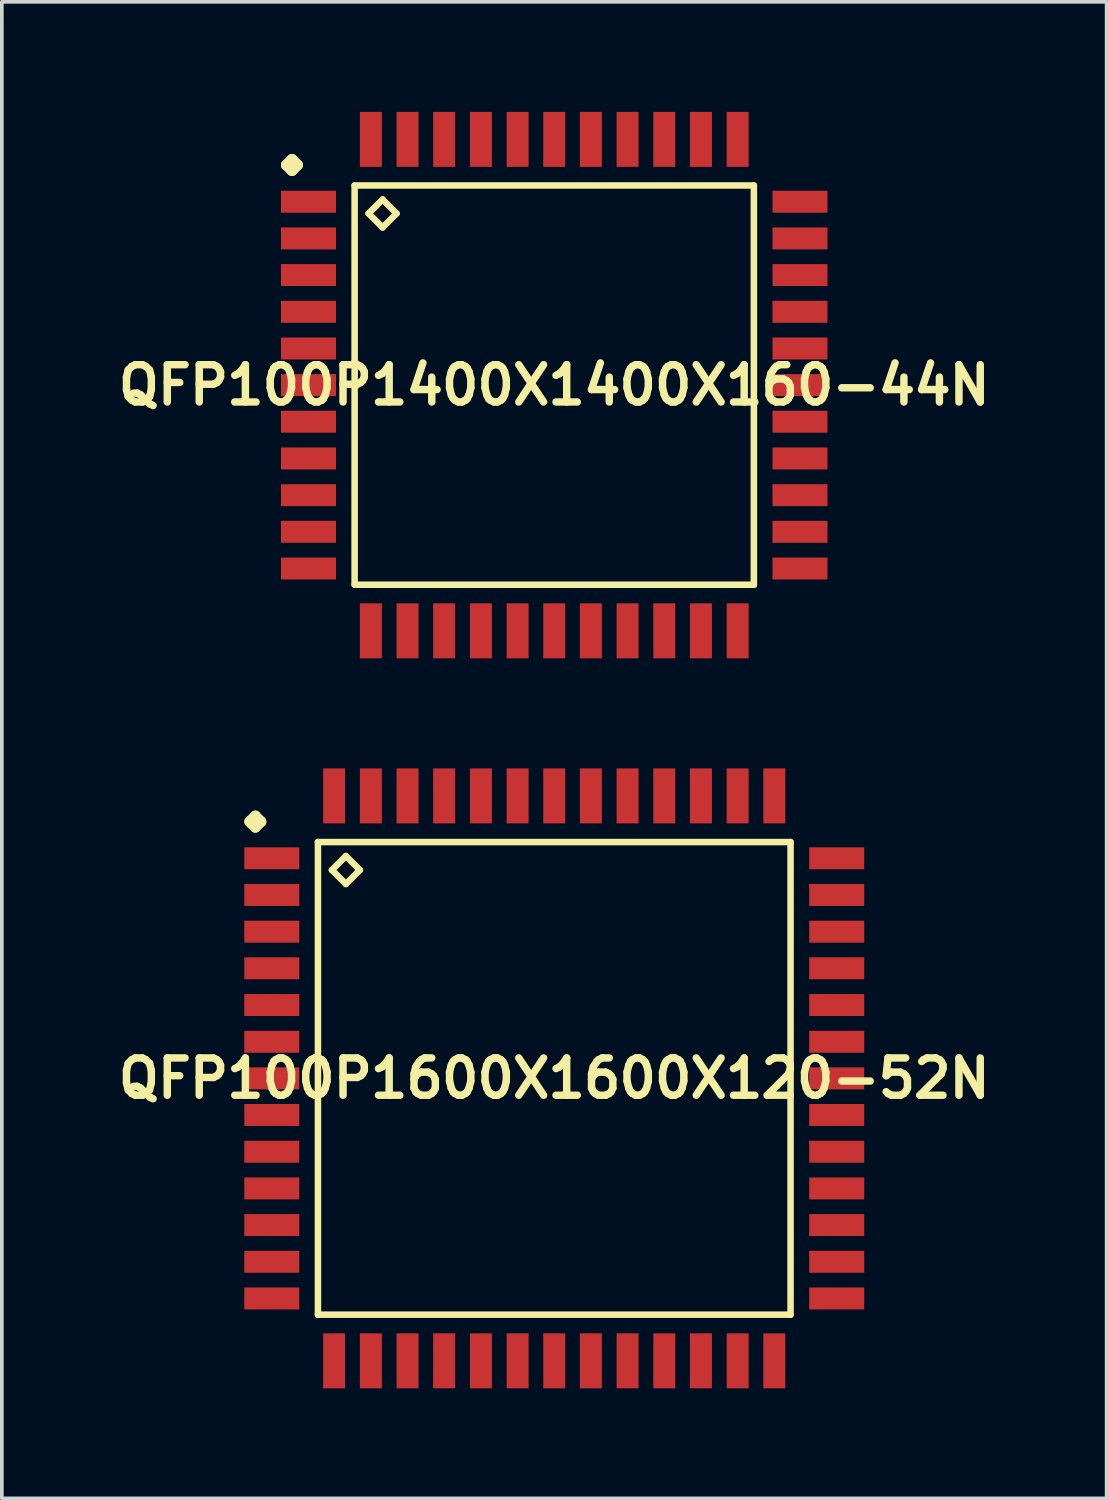
<source format=kicad_pcb>
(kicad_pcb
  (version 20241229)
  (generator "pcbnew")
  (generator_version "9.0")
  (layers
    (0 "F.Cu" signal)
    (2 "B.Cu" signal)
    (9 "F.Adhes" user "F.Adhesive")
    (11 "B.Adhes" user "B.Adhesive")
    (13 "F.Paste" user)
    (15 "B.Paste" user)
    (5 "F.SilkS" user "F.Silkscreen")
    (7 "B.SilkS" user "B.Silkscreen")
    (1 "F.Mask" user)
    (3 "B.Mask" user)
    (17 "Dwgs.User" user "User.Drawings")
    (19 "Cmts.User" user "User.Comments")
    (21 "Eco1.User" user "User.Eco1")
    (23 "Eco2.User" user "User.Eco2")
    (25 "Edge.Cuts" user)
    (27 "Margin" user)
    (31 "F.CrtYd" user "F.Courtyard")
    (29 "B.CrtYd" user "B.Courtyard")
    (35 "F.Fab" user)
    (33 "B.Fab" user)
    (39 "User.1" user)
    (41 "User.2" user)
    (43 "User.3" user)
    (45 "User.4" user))
  (footprint "QFP100P1600X1600X120-52N"
    (layer "F.Cu")
    (at 12.057 26.343)
    (property "Reference" "QFP100P1600X1600X120-52N" (at 0 0 0) (layer "F.SilkS") (effects (font (size 1.016 1.016) (thickness 0.203))))
    (attr smd)
    (fp_line (start -8.298 -6.998) (end -8.148 -7.148) (stroke (width 0.3) (type solid)) (layer "F.SilkS"))
    (fp_line (start -8.148 -7.148) (end -7.998 -6.998) (stroke (width 0.3) (type solid)) (layer "F.SilkS"))
    (fp_line (start -8.148 -6.848) (end -8.298 -6.998) (stroke (width 0.3) (type solid)) (layer "F.SilkS"))
    (fp_line (start -7.998 -6.998) (end -8.148 -6.848) (stroke (width 0.3) (type solid)) (layer "F.SilkS"))
    (fp_line (start -6.441 -6.441) (end -6.441 6.441) (stroke (width 0.178) (type solid)) (layer "F.SilkS"))
    (fp_line (start -6.441 6.441) (end 6.441 6.441) (stroke (width 0.178) (type solid)) (layer "F.SilkS"))
    (fp_line (start -6.06 -5.679) (end -5.679 -6.06) (stroke (width 0.178) (type solid)) (layer "F.SilkS"))
    (fp_line (start -5.679 -6.06) (end -5.298 -5.679) (stroke (width 0.178) (type solid)) (layer "F.SilkS"))
    (fp_line (start -5.679 -5.298) (end -6.06 -5.679) (stroke (width 0.178) (type solid)) (layer "F.SilkS"))
    (fp_line (start -5.298 -5.679) (end -5.679 -5.298) (stroke (width 0.178) (type solid)) (layer "F.SilkS"))
    (fp_line (start 6.441 -6.441) (end -6.441 -6.441) (stroke (width 0.178) (type solid)) (layer "F.SilkS"))
    (fp_line (start 6.441 6.441) (end 6.441 -6.441) (stroke (width 0.178) (type solid)) (layer "F.SilkS"))
    (pad "1" smd rect (at -7.699 -5.999) (size 1.499 0.599) (layers "F.Cu" "F.Mask" "F.Paste"))
    (pad "2" smd rect (at -7.699 -4.999) (size 1.499 0.599) (layers "F.Cu" "F.Mask" "F.Paste"))
    (pad "3" smd rect (at -7.699 -3.998) (size 1.499 0.599) (layers "F.Cu" "F.Mask" "F.Paste"))
    (pad "4" smd rect (at -7.699 -3) (size 1.499 0.599) (layers "F.Cu" "F.Mask" "F.Paste"))
    (pad "5" smd rect (at -7.699 -1.999) (size 1.499 0.599) (layers "F.Cu" "F.Mask" "F.Paste"))
    (pad "6" smd rect (at -7.699 -0.998) (size 1.499 0.599) (layers "F.Cu" "F.Mask" "F.Paste"))
    (pad "7" smd rect (at -7.699 0) (size 1.499 0.599) (layers "F.Cu" "F.Mask" "F.Paste"))
    (pad "8" smd rect (at -7.699 0.998) (size 1.499 0.599) (layers "F.Cu" "F.Mask" "F.Paste"))
    (pad "9" smd rect (at -7.699 1.999) (size 1.499 0.599) (layers "F.Cu" "F.Mask" "F.Paste"))
    (pad "10" smd rect (at -7.699 3) (size 1.499 0.599) (layers "F.Cu" "F.Mask" "F.Paste"))
    (pad "11" smd rect (at -7.699 3.998) (size 1.499 0.599) (layers "F.Cu" "F.Mask" "F.Paste"))
    (pad "12" smd rect (at -7.699 4.999) (size 1.499 0.599) (layers "F.Cu" "F.Mask" "F.Paste"))
    (pad "13" smd rect (at -7.699 5.999) (size 1.499 0.599) (layers "F.Cu" "F.Mask" "F.Paste"))
    (pad "14" smd rect (at -5.999 7.699) (size 0.599 1.499) (layers "F.Cu" "F.Mask" "F.Paste"))
    (pad "15" smd rect (at -4.999 7.699) (size 0.599 1.499) (layers "F.Cu" "F.Mask" "F.Paste"))
    (pad "16" smd rect (at -3.998 7.699) (size 0.599 1.499) (layers "F.Cu" "F.Mask" "F.Paste"))
    (pad "17" smd rect (at -3 7.699) (size 0.599 1.499) (layers "F.Cu" "F.Mask" "F.Paste"))
    (pad "18" smd rect (at -1.999 7.699) (size 0.599 1.499) (layers "F.Cu" "F.Mask" "F.Paste"))
    (pad "19" smd rect (at -0.998 7.699) (size 0.599 1.499) (layers "F.Cu" "F.Mask" "F.Paste"))
    (pad "20" smd rect (at 0 7.699) (size 0.599 1.499) (layers "F.Cu" "F.Mask" "F.Paste"))
    (pad "21" smd rect (at 0.998 7.699) (size 0.599 1.499) (layers "F.Cu" "F.Mask" "F.Paste"))
    (pad "22" smd rect (at 1.999 7.699) (size 0.599 1.499) (layers "F.Cu" "F.Mask" "F.Paste"))
    (pad "23" smd rect (at 3 7.699) (size 0.599 1.499) (layers "F.Cu" "F.Mask" "F.Paste"))
    (pad "24" smd rect (at 3.998 7.699) (size 0.599 1.499) (layers "F.Cu" "F.Mask" "F.Paste"))
    (pad "25" smd rect (at 4.999 7.699) (size 0.599 1.499) (layers "F.Cu" "F.Mask" "F.Paste"))
    (pad "26" smd rect (at 5.999 7.699) (size 0.599 1.499) (layers "F.Cu" "F.Mask" "F.Paste"))
    (pad "27" smd rect (at 7.699 5.999) (size 1.499 0.599) (layers "F.Cu" "F.Mask" "F.Paste"))
    (pad "28" smd rect (at 7.699 4.999) (size 1.499 0.599) (layers "F.Cu" "F.Mask" "F.Paste"))
    (pad "29" smd rect (at 7.699 3.998) (size 1.499 0.599) (layers "F.Cu" "F.Mask" "F.Paste"))
    (pad "30" smd rect (at 7.699 3) (size 1.499 0.599) (layers "F.Cu" "F.Mask" "F.Paste"))
    (pad "31" smd rect (at 7.699 1.999) (size 1.499 0.599) (layers "F.Cu" "F.Mask" "F.Paste"))
    (pad "32" smd rect (at 7.699 0.998) (size 1.499 0.599) (layers "F.Cu" "F.Mask" "F.Paste"))
    (pad "33" smd rect (at 7.699 0) (size 1.499 0.599) (layers "F.Cu" "F.Mask" "F.Paste"))
    (pad "34" smd rect (at 7.699 -0.998) (size 1.499 0.599) (layers "F.Cu" "F.Mask" "F.Paste"))
    (pad "35" smd rect (at 7.699 -1.999) (size 1.499 0.599) (layers "F.Cu" "F.Mask" "F.Paste"))
    (pad "36" smd rect (at 7.699 -3) (size 1.499 0.599) (layers "F.Cu" "F.Mask" "F.Paste"))
    (pad "37" smd rect (at 7.699 -3.998) (size 1.499 0.599) (layers "F.Cu" "F.Mask" "F.Paste"))
    (pad "38" smd rect (at 7.699 -4.999) (size 1.499 0.599) (layers "F.Cu" "F.Mask" "F.Paste"))
    (pad "39" smd rect (at 7.699 -5.999) (size 1.499 0.599) (layers "F.Cu" "F.Mask" "F.Paste"))
    (pad "40" smd rect (at 5.999 -7.699) (size 0.599 1.499) (layers "F.Cu" "F.Mask" "F.Paste"))
    (pad "41" smd rect (at 4.999 -7.699) (size 0.599 1.499) (layers "F.Cu" "F.Mask" "F.Paste"))
    (pad "42" smd rect (at 3.998 -7.699) (size 0.599 1.499) (layers "F.Cu" "F.Mask" "F.Paste"))
    (pad "43" smd rect (at 3 -7.699) (size 0.599 1.499) (layers "F.Cu" "F.Mask" "F.Paste"))
    (pad "44" smd rect (at 1.999 -7.699) (size 0.599 1.499) (layers "F.Cu" "F.Mask" "F.Paste"))
    (pad "45" smd rect (at 0.998 -7.699) (size 0.599 1.499) (layers "F.Cu" "F.Mask" "F.Paste"))
    (pad "46" smd rect (at 0 -7.699) (size 0.599 1.499) (layers "F.Cu" "F.Mask" "F.Paste"))
    (pad "47" smd rect (at -0.998 -7.699) (size 0.599 1.499) (layers "F.Cu" "F.Mask" "F.Paste"))
    (pad "48" smd rect (at -1.999 -7.699) (size 0.599 1.499) (layers "F.Cu" "F.Mask" "F.Paste"))
    (pad "49" smd rect (at -3 -7.699) (size 0.599 1.499) (layers "F.Cu" "F.Mask" "F.Paste"))
    (pad "50" smd rect (at -3.998 -7.699) (size 0.599 1.499) (layers "F.Cu" "F.Mask" "F.Paste"))
    (pad "51" smd rect (at -4.999 -7.699) (size 0.599 1.499) (layers "F.Cu" "F.Mask" "F.Paste"))
    (pad "52" smd rect (at -5.999 -7.699) (size 0.599 1.499) (layers "F.Cu" "F.Mask" "F.Paste")))
  (footprint "QFP100P1400X1400X160-44N"
    (layer "F.Cu")
    (at 12.057 7.447)
    (property "Reference" "QFP100P1400X1400X160-44N" (at 0 0 0) (layer "F.SilkS") (effects (font (size 1.016 1.016) (thickness 0.203))))
    (attr smd)
    (fp_line (start -7.3 -5.999) (end -7.148 -6.149) (stroke (width 0.3) (type solid)) (layer "F.SilkS"))
    (fp_line (start -7.148 -6.149) (end -6.998 -5.999) (stroke (width 0.3) (type solid)) (layer "F.SilkS"))
    (fp_line (start -7.148 -5.85) (end -7.3 -5.999) (stroke (width 0.3) (type solid)) (layer "F.SilkS"))
    (fp_line (start -6.998 -5.999) (end -7.148 -5.85) (stroke (width 0.3) (type solid)) (layer "F.SilkS"))
    (fp_line (start -5.441 -5.441) (end -5.441 5.441) (stroke (width 0.178) (type solid)) (layer "F.SilkS"))
    (fp_line (start -5.441 5.441) (end 5.441 5.441) (stroke (width 0.178) (type solid)) (layer "F.SilkS"))
    (fp_line (start -5.06 -4.679) (end -4.679 -5.06) (stroke (width 0.178) (type solid)) (layer "F.SilkS"))
    (fp_line (start -4.679 -5.06) (end -4.298 -4.679) (stroke (width 0.178) (type solid)) (layer "F.SilkS"))
    (fp_line (start -4.679 -4.298) (end -5.06 -4.679) (stroke (width 0.178) (type solid)) (layer "F.SilkS"))
    (fp_line (start -4.298 -4.679) (end -4.679 -4.298) (stroke (width 0.178) (type solid)) (layer "F.SilkS"))
    (fp_line (start 5.441 -5.441) (end -5.441 -5.441) (stroke (width 0.178) (type solid)) (layer "F.SilkS"))
    (fp_line (start 5.441 5.441) (end 5.441 -5.441) (stroke (width 0.178) (type solid)) (layer "F.SilkS"))
    (pad "1" smd rect (at -6.698 -4.999) (size 1.499 0.599) (layers "F.Cu" "F.Mask" "F.Paste"))
    (pad "2" smd rect (at -6.698 -3.998) (size 1.499 0.599) (layers "F.Cu" "F.Mask" "F.Paste"))
    (pad "3" smd rect (at -6.698 -3) (size 1.499 0.599) (layers "F.Cu" "F.Mask" "F.Paste"))
    (pad "4" smd rect (at -6.698 -1.999) (size 1.499 0.599) (layers "F.Cu" "F.Mask" "F.Paste"))
    (pad "5" smd rect (at -6.698 -0.998) (size 1.499 0.599) (layers "F.Cu" "F.Mask" "F.Paste"))
    (pad "6" smd rect (at -6.698 0) (size 1.499 0.599) (layers "F.Cu" "F.Mask" "F.Paste"))
    (pad "7" smd rect (at -6.698 0.998) (size 1.499 0.599) (layers "F.Cu" "F.Mask" "F.Paste"))
    (pad "8" smd rect (at -6.698 1.999) (size 1.499 0.599) (layers "F.Cu" "F.Mask" "F.Paste"))
    (pad "9" smd rect (at -6.698 3) (size 1.499 0.599) (layers "F.Cu" "F.Mask" "F.Paste"))
    (pad "10" smd rect (at -6.698 3.998) (size 1.499 0.599) (layers "F.Cu" "F.Mask" "F.Paste"))
    (pad "11" smd rect (at -6.698 4.999) (size 1.499 0.599) (layers "F.Cu" "F.Mask" "F.Paste"))
    (pad "12" smd rect (at -4.999 6.698) (size 0.599 1.499) (layers "F.Cu" "F.Mask" "F.Paste"))
    (pad "13" smd rect (at -3.998 6.698) (size 0.599 1.499) (layers "F.Cu" "F.Mask" "F.Paste"))
    (pad "14" smd rect (at -3 6.698) (size 0.599 1.499) (layers "F.Cu" "F.Mask" "F.Paste"))
    (pad "15" smd rect (at -1.999 6.698) (size 0.599 1.499) (layers "F.Cu" "F.Mask" "F.Paste"))
    (pad "16" smd rect (at -0.998 6.698) (size 0.599 1.499) (layers "F.Cu" "F.Mask" "F.Paste"))
    (pad "17" smd rect (at 0 6.698) (size 0.599 1.499) (layers "F.Cu" "F.Mask" "F.Paste"))
    (pad "18" smd rect (at 0.998 6.698) (size 0.599 1.499) (layers "F.Cu" "F.Mask" "F.Paste"))
    (pad "19" smd rect (at 1.999 6.698) (size 0.599 1.499) (layers "F.Cu" "F.Mask" "F.Paste"))
    (pad "20" smd rect (at 3 6.698) (size 0.599 1.499) (layers "F.Cu" "F.Mask" "F.Paste"))
    (pad "21" smd rect (at 3.998 6.698) (size 0.599 1.499) (layers "F.Cu" "F.Mask" "F.Paste"))
    (pad "22" smd rect (at 4.999 6.698) (size 0.599 1.499) (layers "F.Cu" "F.Mask" "F.Paste"))
    (pad "23" smd rect (at 6.698 4.999) (size 1.499 0.599) (layers "F.Cu" "F.Mask" "F.Paste"))
    (pad "24" smd rect (at 6.698 3.998) (size 1.499 0.599) (layers "F.Cu" "F.Mask" "F.Paste"))
    (pad "25" smd rect (at 6.698 3) (size 1.499 0.599) (layers "F.Cu" "F.Mask" "F.Paste"))
    (pad "26" smd rect (at 6.698 1.999) (size 1.499 0.599) (layers "F.Cu" "F.Mask" "F.Paste"))
    (pad "27" smd rect (at 6.698 0.998) (size 1.499 0.599) (layers "F.Cu" "F.Mask" "F.Paste"))
    (pad "28" smd rect (at 6.698 0) (size 1.499 0.599) (layers "F.Cu" "F.Mask" "F.Paste"))
    (pad "29" smd rect (at 6.698 -0.998) (size 1.499 0.599) (layers "F.Cu" "F.Mask" "F.Paste"))
    (pad "30" smd rect (at 6.698 -1.999) (size 1.499 0.599) (layers "F.Cu" "F.Mask" "F.Paste"))
    (pad "31" smd rect (at 6.698 -3) (size 1.499 0.599) (layers "F.Cu" "F.Mask" "F.Paste"))
    (pad "32" smd rect (at 6.698 -3.998) (size 1.499 0.599) (layers "F.Cu" "F.Mask" "F.Paste"))
    (pad "33" smd rect (at 6.698 -4.999) (size 1.499 0.599) (layers "F.Cu" "F.Mask" "F.Paste"))
    (pad "34" smd rect (at 4.999 -6.698) (size 0.599 1.499) (layers "F.Cu" "F.Mask" "F.Paste"))
    (pad "35" smd rect (at 3.998 -6.698) (size 0.599 1.499) (layers "F.Cu" "F.Mask" "F.Paste"))
    (pad "36" smd rect (at 3 -6.698) (size 0.599 1.499) (layers "F.Cu" "F.Mask" "F.Paste"))
    (pad "37" smd rect (at 1.999 -6.698) (size 0.599 1.499) (layers "F.Cu" "F.Mask" "F.Paste"))
    (pad "38" smd rect (at 0.998 -6.698) (size 0.599 1.499) (layers "F.Cu" "F.Mask" "F.Paste"))
    (pad "39" smd rect (at 0 -6.698) (size 0.599 1.499) (layers "F.Cu" "F.Mask" "F.Paste"))
    (pad "40" smd rect (at -0.998 -6.698) (size 0.599 1.499) (layers "F.Cu" "F.Mask" "F.Paste"))
    (pad "41" smd rect (at -1.999 -6.698) (size 0.599 1.499) (layers "F.Cu" "F.Mask" "F.Paste"))
    (pad "42" smd rect (at -3 -6.698) (size 0.599 1.499) (layers "F.Cu" "F.Mask" "F.Paste"))
    (pad "43" smd rect (at -3.998 -6.698) (size 0.599 1.499) (layers "F.Cu" "F.Mask" "F.Paste"))
    (pad "44" smd rect (at -4.999 -6.698) (size 0.599 1.499) (layers "F.Cu" "F.Mask" "F.Paste")))
  (gr_rect
    (start -3 -3)
    (end 27.113 37.791)
    (stroke (width 0.1) (type default))
    (fill no)
    (layer "Edge.Cuts")))
</source>
